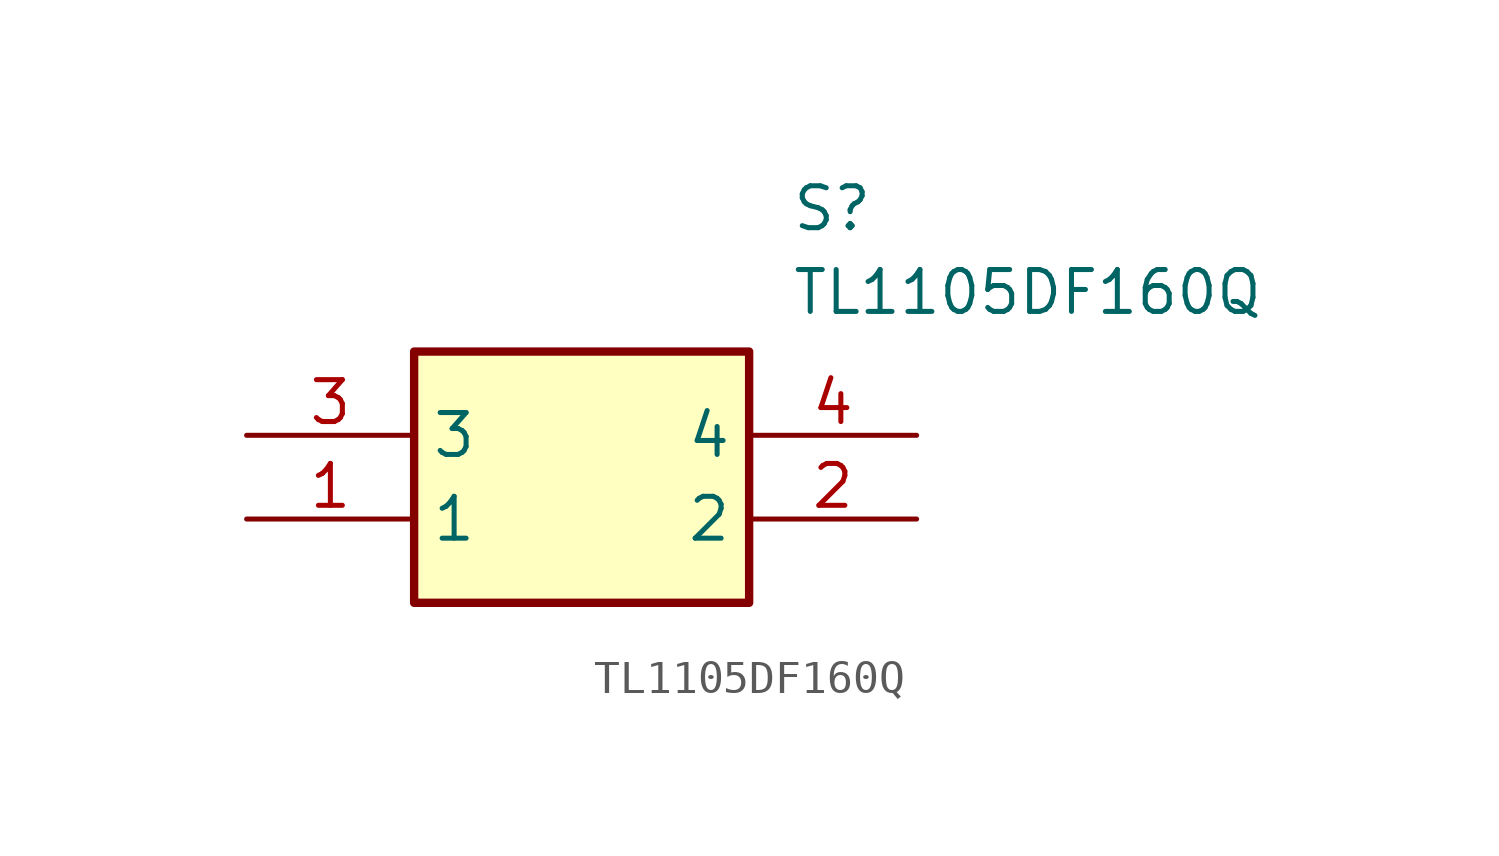
<source format=kicad_sym>
(kicad_symbol_lib
  (version 20211014)
  (generator SamacSys_ECAD_Model)
  (symbol "TL1105DF160Q"
    (property "Reference" "S"
      (at 16.51 7.62 0)
      (effects (font (size 1.27 1.27)) (justify left top)))
    (property "Value" "TL1105DF160Q"
      (at 16.51 5.08 0)
      (effects (font (size 1.27 1.27)) (justify left top)))
    (rectangle
      (start 5.08 2.54)
      (end 15.24 -5.08)
      (stroke (width 0.254) (type default))
      (fill (type background)))
    (pin passive line
      (at 0 -2.54 0)
      (length 5.08)
      (name "1" (effects (font (size 1.27 1.27))))
      (number "1" (effects (font (size 1.27 1.27)))))
    (pin passive line
      (at 20.32 -2.54 180)
      (length 5.08)
      (name "2" (effects (font (size 1.27 1.27))))
      (number "2" (effects (font (size 1.27 1.27)))))
    (pin passive line
      (at 0 0 0)
      (length 5.08)
      (name "3" (effects (font (size 1.27 1.27))))
      (number "3" (effects (font (size 1.27 1.27)))))
    (pin passive line
      (at 20.32 0 180)
      (length 5.08)
      (name "4" (effects (font (size 1.27 1.27))))
      (number "4" (effects (font (size 1.27 1.27)))))))
</source>
